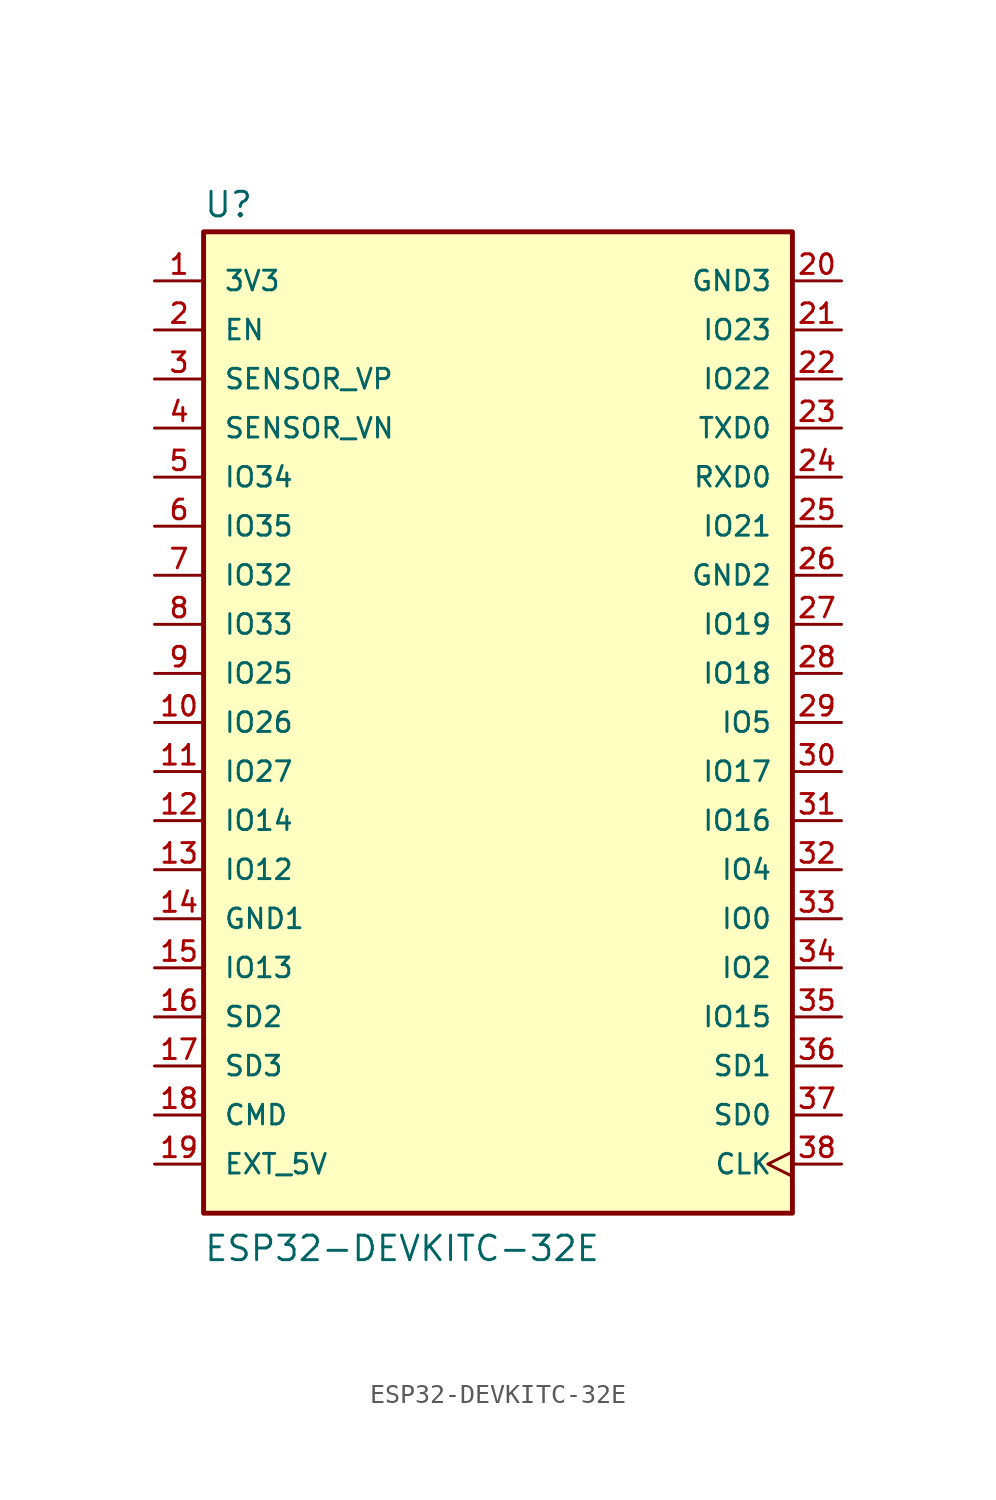
<source format=kicad_sym>
(kicad_symbol_lib
  (version 20241209)
  (generator "kicad_symbol_editor")
  (generator_version "9.0")
  (symbol "ESP32-DEVKITC-32E"
    (pin_names
      (offset 1.016))
    (property "Reference" "U"
      (at -15.257 26.064 0)
      (effects (font (size 1.27 1.27)) (justify left bottom)))
    (property "Value" "ESP32-DEVKITC-32E"
      (at -15.256 -27.97 0)
      (effects (font (size 1.27 1.27)) (justify left bottom)))
    (symbol "ESP32-DEVKITC-32E_0_0"
      (rectangle (start -15.24 25.4) (end 15.24 -25.4) (stroke (width 0.254) (type default)) (fill (type background))))
    (symbol "ESP32-DEVKITC-32E_1_0"
      (pin power_out line (at -17.78 22.86 0) (length 2.54) (name "3V3" (effects (font (size 1.016 1.016)))) (number "1" (effects (font (size 1.016 1.016)))))
      (pin input line (at -17.78 20.32 0) (length 2.54) (name "EN" (effects (font (size 1.016 1.016)))) (number "2" (effects (font (size 1.016 1.016)))))
      (pin input line (at -17.78 17.78 0) (length 2.54) (name "SENSOR_VP" (effects (font (size 1.016 1.016)))) (number "3" (effects (font (size 1.016 1.016)))))
      (pin input line (at -17.78 15.24 0) (length 2.54) (name "SENSOR_VN" (effects (font (size 1.016 1.016)))) (number "4" (effects (font (size 1.016 1.016)))))
      (pin bidirectional line (at -17.78 12.7 0) (length 2.54) (name "IO34" (effects (font (size 1.016 1.016)))) (number "5" (effects (font (size 1.016 1.016)))))
      (pin bidirectional line (at -17.78 10.16 0) (length 2.54) (name "IO35" (effects (font (size 1.016 1.016)))) (number "6" (effects (font (size 1.016 1.016)))))
      (pin bidirectional line (at -17.78 7.62 0) (length 2.54) (name "IO32" (effects (font (size 1.016 1.016)))) (number "7" (effects (font (size 1.016 1.016)))))
      (pin bidirectional line (at -17.78 5.08 0) (length 2.54) (name "IO33" (effects (font (size 1.016 1.016)))) (number "8" (effects (font (size 1.016 1.016)))))
      (pin bidirectional line (at -17.78 2.54 0) (length 2.54) (name "IO25" (effects (font (size 1.016 1.016)))) (number "9" (effects (font (size 1.016 1.016)))))
      (pin bidirectional line (at -17.78 0 0) (length 2.54) (name "IO26" (effects (font (size 1.016 1.016)))) (number "10" (effects (font (size 1.016 1.016)))))
      (pin bidirectional line (at -17.78 -2.54 0) (length 2.54) (name "IO27" (effects (font (size 1.016 1.016)))) (number "11" (effects (font (size 1.016 1.016)))))
      (pin bidirectional line (at -17.78 -5.08 0) (length 2.54) (name "IO14" (effects (font (size 1.016 1.016)))) (number "12" (effects (font (size 1.016 1.016)))))
      (pin bidirectional line (at -17.78 -7.62 0) (length 2.54) (name "IO12" (effects (font (size 1.016 1.016)))) (number "13" (effects (font (size 1.016 1.016)))))
      (pin power_in line (at -17.78 -10.16 0) (length 2.54) (name "GND1" (effects (font (size 1.016 1.016)))) (number "14" (effects (font (size 1.016 1.016)))))
      (pin bidirectional line (at -17.78 -12.7 0) (length 2.54) (name "IO13" (effects (font (size 1.016 1.016)))) (number "15" (effects (font (size 1.016 1.016)))))
      (pin bidirectional line (at -17.78 -15.24 0) (length 2.54) (name "SD2" (effects (font (size 1.016 1.016)))) (number "16" (effects (font (size 1.016 1.016)))))
      (pin bidirectional line (at -17.78 -17.78 0) (length 2.54) (name "SD3" (effects (font (size 1.016 1.016)))) (number "17" (effects (font (size 1.016 1.016)))))
      (pin bidirectional line (at -17.78 -20.32 0) (length 2.54) (name "CMD" (effects (font (size 1.016 1.016)))) (number "18" (effects (font (size 1.016 1.016)))))
      (pin power_in line (at -17.78 -22.86 0) (length 2.54) (name "EXT_5V" (effects (font (size 1.016 1.016)))) (number "19" (effects (font (size 1.016 1.016)))))
      (pin power_in line (at 17.78 22.86 180) (length 2.54) (name "GND3" (effects (font (size 1.016 1.016)))) (number "20" (effects (font (size 1.016 1.016)))))
      (pin bidirectional line (at 17.78 20.32 180) (length 2.54) (name "IO23" (effects (font (size 1.016 1.016)))) (number "21" (effects (font (size 1.016 1.016)))))
      (pin bidirectional line (at 17.78 17.78 180) (length 2.54) (name "IO22" (effects (font (size 1.016 1.016)))) (number "22" (effects (font (size 1.016 1.016)))))
      (pin output line (at 17.78 15.24 180) (length 2.54) (name "TXD0" (effects (font (size 1.016 1.016)))) (number "23" (effects (font (size 1.016 1.016)))))
      (pin input line (at 17.78 12.7 180) (length 2.54) (name "RXD0" (effects (font (size 1.016 1.016)))) (number "24" (effects (font (size 1.016 1.016)))))
      (pin bidirectional line (at 17.78 10.16 180) (length 2.54) (name "IO21" (effects (font (size 1.016 1.016)))) (number "25" (effects (font (size 1.016 1.016)))))
      (pin power_in line (at 17.78 7.62 180) (length 2.54) (name "GND2" (effects (font (size 1.016 1.016)))) (number "26" (effects (font (size 1.016 1.016)))))
      (pin bidirectional line (at 17.78 5.08 180) (length 2.54) (name "IO19" (effects (font (size 1.016 1.016)))) (number "27" (effects (font (size 1.016 1.016)))))
      (pin bidirectional line (at 17.78 2.54 180) (length 2.54) (name "IO18" (effects (font (size 1.016 1.016)))) (number "28" (effects (font (size 1.016 1.016)))))
      (pin bidirectional line (at 17.78 0 180) (length 2.54) (name "IO5" (effects (font (size 1.016 1.016)))) (number "29" (effects (font (size 1.016 1.016)))))
      (pin bidirectional line (at 17.78 -2.54 180) (length 2.54) (name "IO17" (effects (font (size 1.016 1.016)))) (number "30" (effects (font (size 1.016 1.016)))))
      (pin bidirectional line (at 17.78 -5.08 180) (length 2.54) (name "IO16" (effects (font (size 1.016 1.016)))) (number "31" (effects (font (size 1.016 1.016)))))
      (pin bidirectional line (at 17.78 -7.62 180) (length 2.54) (name "IO4" (effects (font (size 1.016 1.016)))) (number "32" (effects (font (size 1.016 1.016)))))
      (pin bidirectional line (at 17.78 -10.16 180) (length 2.54) (name "IO0" (effects (font (size 1.016 1.016)))) (number "33" (effects (font (size 1.016 1.016)))))
      (pin bidirectional line (at 17.78 -12.7 180) (length 2.54) (name "IO2" (effects (font (size 1.016 1.016)))) (number "34" (effects (font (size 1.016 1.016)))))
      (pin bidirectional line (at 17.78 -15.24 180) (length 2.54) (name "IO15" (effects (font (size 1.016 1.016)))) (number "35" (effects (font (size 1.016 1.016)))))
      (pin bidirectional line (at 17.78 -17.78 180) (length 2.54) (name "SD1" (effects (font (size 1.016 1.016)))) (number "36" (effects (font (size 1.016 1.016)))))
      (pin bidirectional line (at 17.78 -20.32 180) (length 2.54) (name "SD0" (effects (font (size 1.016 1.016)))) (number "37" (effects (font (size 1.016 1.016)))))
      (pin input clock (at 17.78 -22.86 180) (length 2.54) (name "CLK" (effects (font (size 1.016 1.016)))) (number "38" (effects (font (size 1.016 1.016))))))))
</source>
